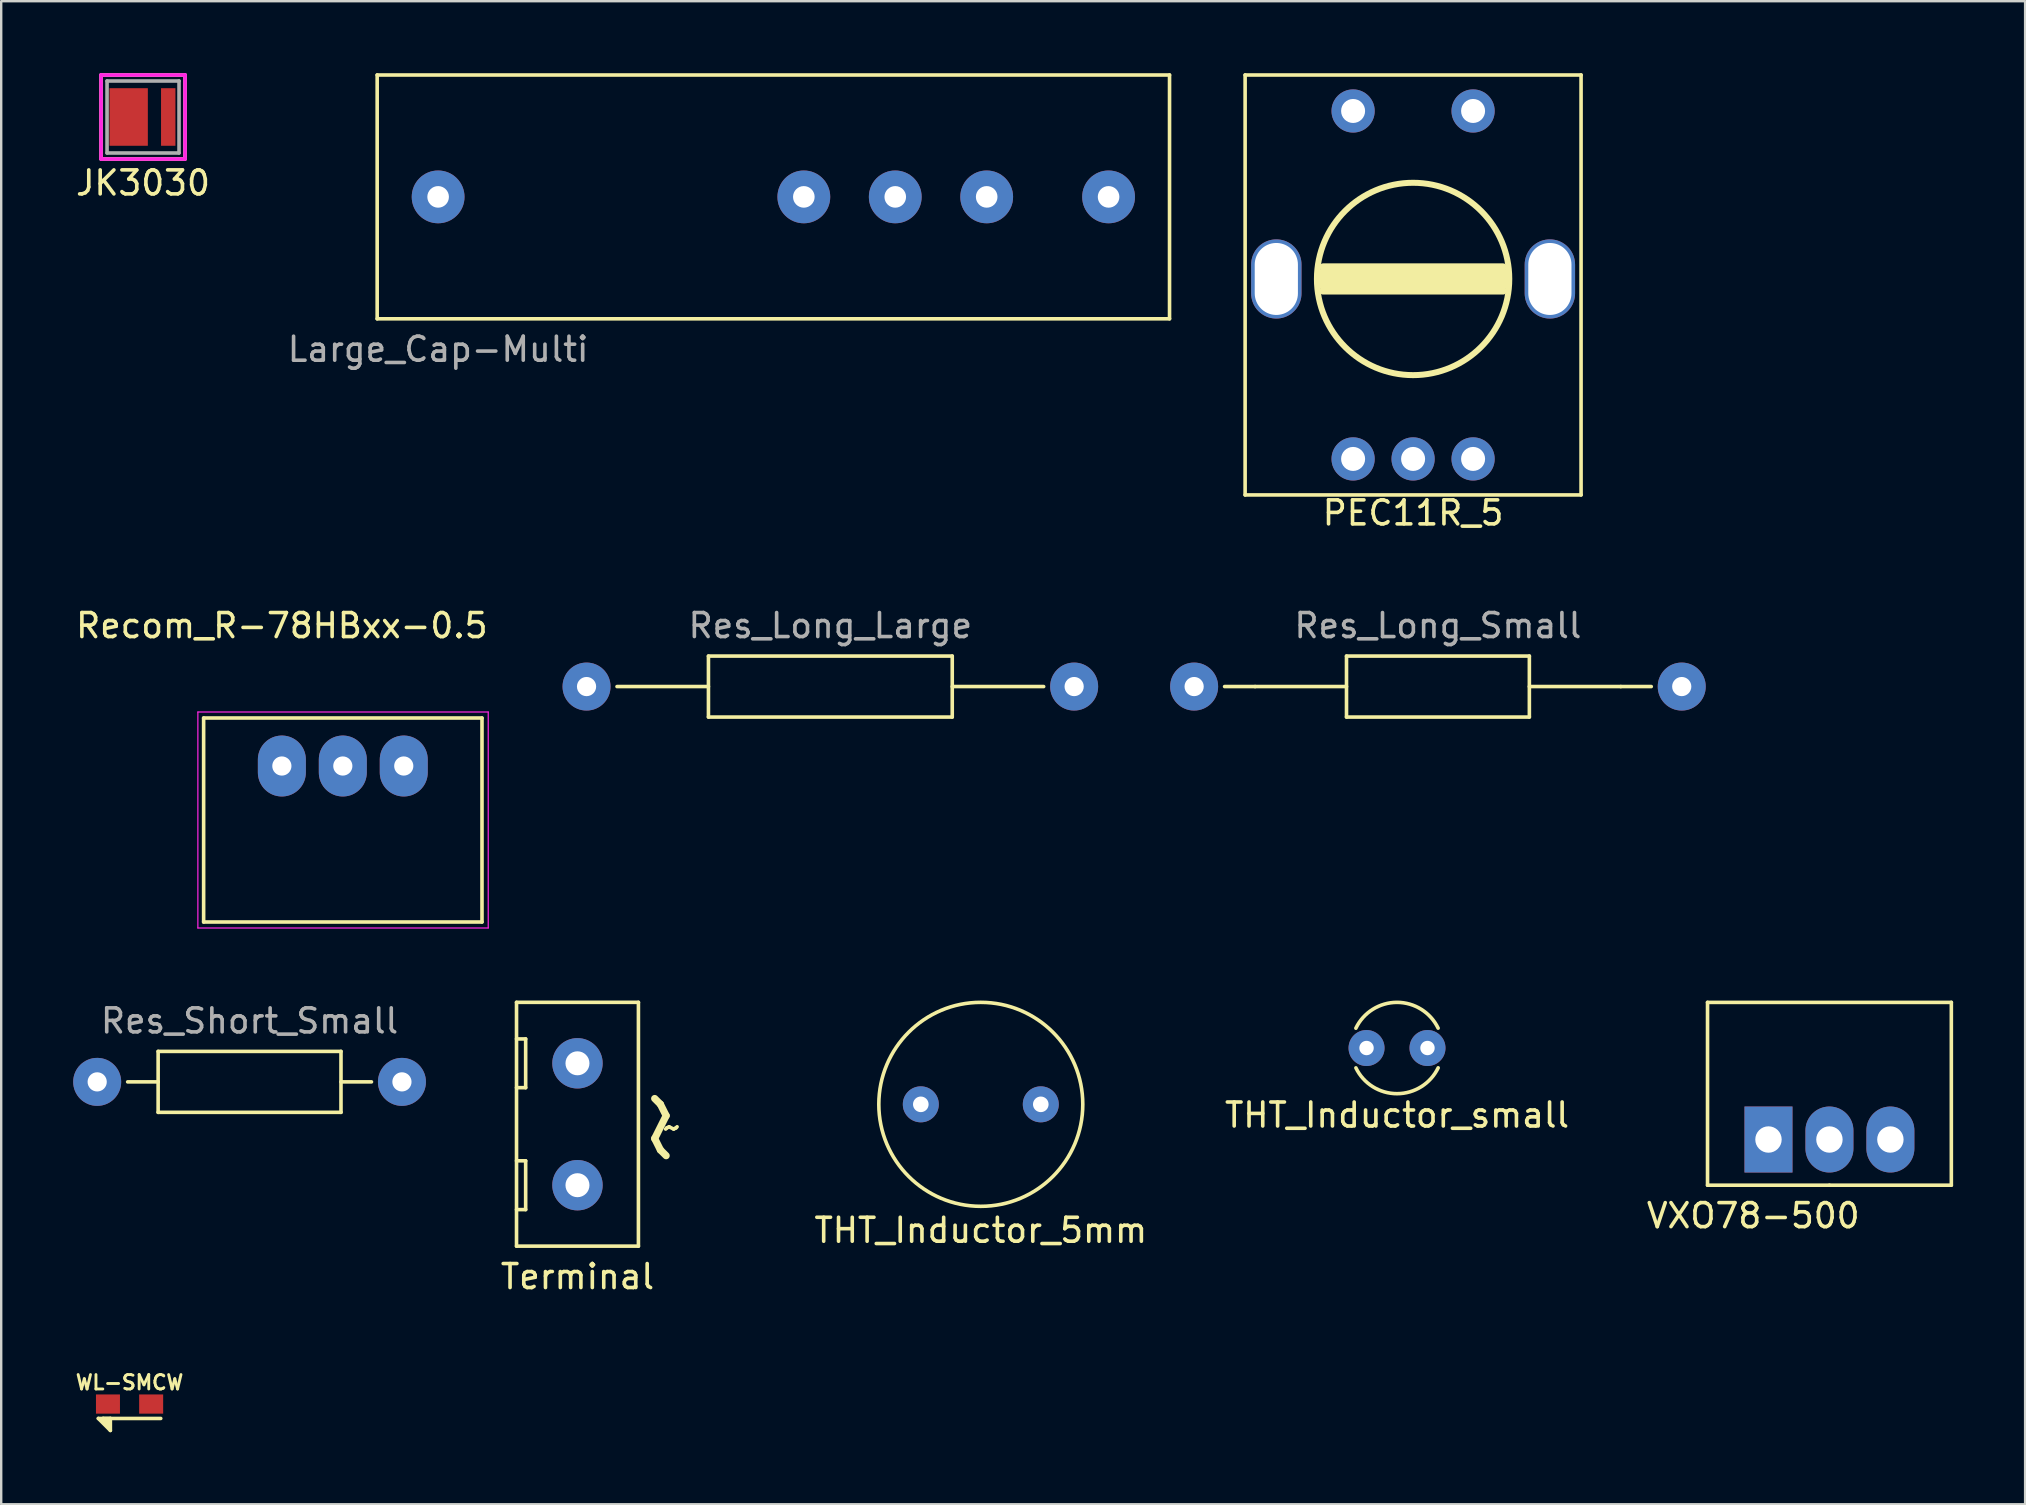
<source format=kicad_pcb>
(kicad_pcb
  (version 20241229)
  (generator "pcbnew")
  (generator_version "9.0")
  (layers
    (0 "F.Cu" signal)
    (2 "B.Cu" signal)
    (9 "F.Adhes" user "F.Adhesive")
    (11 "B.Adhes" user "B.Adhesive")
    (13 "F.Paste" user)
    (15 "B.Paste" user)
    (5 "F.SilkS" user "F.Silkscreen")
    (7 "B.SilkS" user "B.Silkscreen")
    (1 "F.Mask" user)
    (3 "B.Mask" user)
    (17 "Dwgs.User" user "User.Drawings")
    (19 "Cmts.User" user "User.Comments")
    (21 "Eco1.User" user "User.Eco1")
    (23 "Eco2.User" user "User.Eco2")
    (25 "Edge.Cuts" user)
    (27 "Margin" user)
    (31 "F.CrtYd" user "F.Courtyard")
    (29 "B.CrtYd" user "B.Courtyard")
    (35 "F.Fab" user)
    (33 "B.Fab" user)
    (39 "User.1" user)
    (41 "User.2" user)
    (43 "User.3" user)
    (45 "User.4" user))
  (footprint "JK3030"
    (layer "F.Cu")
    (at 2.911 1.825)
    (property "Reference" "JK3030" (at 0 2.75 0) (layer "F.SilkS") (effects (font (size 1 1) (thickness 0.15))))
    (attr through_hole)
    (fp_line (start -1.75 -1.75) (end 1.75 -1.75) (stroke (width 0.15) (type solid)) (layer "F.SilkS"))
    (fp_line (start -1.75 1.75) (end -1.75 -1.75) (stroke (width 0.15) (type solid)) (layer "F.SilkS"))
    (fp_line (start 1.75 -1.75) (end 1.75 1.75) (stroke (width 0.15) (type solid)) (layer "F.SilkS"))
    (fp_line (start 1.75 1.75) (end -1.75 1.75) (stroke (width 0.15) (type solid)) (layer "F.SilkS"))
    (fp_line (start -1.75 -1.75) (end 1.75 -1.75) (stroke (width 0.15) (type solid)) (layer "F.CrtYd"))
    (fp_line (start -1.75 1.75) (end -1.75 -1.75) (stroke (width 0.15) (type solid)) (layer "F.CrtYd"))
    (fp_line (start 1.75 -1.75) (end 1.75 1.75) (stroke (width 0.15) (type solid)) (layer "F.CrtYd"))
    (fp_line (start 1.75 1.75) (end -1.75 1.75) (stroke (width 0.15) (type solid)) (layer "F.CrtYd"))
    (fp_line (start -1.5 -1.5) (end 1.5 -1.5) (stroke (width 0.15) (type solid)) (layer "F.Fab"))
    (fp_line (start -1.5 1.5) (end -1.5 -1.5) (stroke (width 0.15) (type solid)) (layer "F.Fab"))
    (fp_line (start 1.5 -1.5) (end 1.5 1.5) (stroke (width 0.15) (type solid)) (layer "F.Fab"))
    (fp_line (start 1.5 1.5) (end -1.5 1.5) (stroke (width 0.15) (type solid)) (layer "F.Fab"))
    (pad "1" smd rect (at -0.6 0) (size 1.6 2.4) (layers "F.Cu" "F.Mask" "F.Paste"))
    (pad "2" smd rect (at 1.35 0) (size 0.6 2.4) (drill (offset -0.3 0)) (layers "F.Cu" "F.Mask" "F.Paste")))
  (footprint "Large_Cap-Multi"
    (layer "F.Cu")
    (at 30.448 2.615)
    (property "Reference" "Large_Cap-Multi" (at -15.24 8.89 0) (layer "F.Fab") (effects (font (size 1 1) (thickness 0.15))))
    (attr through_hole)
    (fp_line (start -17.78 -2.54) (end -17.78 7.62) (stroke (width 0.15) (type solid)) (layer "F.SilkS"))
    (fp_line (start 15.24 -2.54) (end -17.78 -2.54) (stroke (width 0.15) (type solid)) (layer "F.SilkS"))
    (fp_line (start 15.24 -2.54) (end 15.24 7.62) (stroke (width 0.15) (type solid)) (layer "F.SilkS"))
    (fp_line (start 15.24 7.62) (end -17.78 7.62) (stroke (width 0.15) (type solid)) (layer "F.SilkS"))
    (pad "1" thru_hole circle (at -15.24 2.54) (size 2.2 2.2) (drill 0.9) (layers "*.Cu" "*.Mask"))
    (pad "2" thru_hole circle (at 0 2.54) (size 2.2 2.2) (drill 0.9) (layers "*.Cu" "*.Mask"))
    (pad "2" thru_hole circle (at 3.81 2.54) (size 2.2 2.2) (drill 0.9) (layers "*.Cu" "*.Mask"))
    (pad "2" thru_hole circle (at 7.62 2.54) (size 2.2 2.2) (drill 0.9) (layers "*.Cu" "*.Mask"))
    (pad "2" thru_hole circle (at 12.7 2.54) (size 2.2 2.2) (drill 0.9) (layers "*.Cu" "*.Mask")))
  (footprint "Terminal"
    (layer "F.Cu")
    (at 21.015 43.801)
    (property "Reference" "Terminal" (at 0 6.35 0) (layer "F.SilkS") (effects (font (size 1 1) (thickness 0.15))))
    (attr through_hole)
    (fp_line (start -2.54 -5.08) (end 2.54 -5.08) (stroke (width 0.15) (type solid)) (layer "F.SilkS"))
    (fp_line (start -2.54 -3.556) (end -2.159 -3.556) (stroke (width 0.15) (type solid)) (layer "F.SilkS"))
    (fp_line (start -2.54 1.524) (end -2.159 1.524) (stroke (width 0.15) (type solid)) (layer "F.SilkS"))
    (fp_line (start -2.54 5.08) (end -2.54 -5.08) (stroke (width 0.15) (type solid)) (layer "F.SilkS"))
    (fp_line (start -2.159 -3.556) (end -2.159 -1.524) (stroke (width 0.15) (type solid)) (layer "F.SilkS"))
    (fp_line (start -2.159 -1.524) (end -2.54 -1.524) (stroke (width 0.15) (type solid)) (layer "F.SilkS"))
    (fp_line (start -2.159 1.524) (end -2.159 3.556) (stroke (width 0.15) (type solid)) (layer "F.SilkS"))
    (fp_line (start -2.159 3.556) (end -2.54 3.556) (stroke (width 0.15) (type solid)) (layer "F.SilkS"))
    (fp_line (start 2.54 -5.08) (end 2.54 5.08) (stroke (width 0.15) (type solid)) (layer "F.SilkS"))
    (fp_line (start 2.54 5.08) (end -2.54 5.08) (stroke (width 0.15) (type solid)) (layer "F.SilkS"))
    (fp_text user "~" (at 3.937 0.127 0) (layer "F.SilkS") (effects (font (size 1 1) (thickness 0.15))))
    (fp_text user "~" (at 3.302 0 90) (layer "F.SilkS") (effects (font (size 5 5) (thickness 0.3))))
    (pad "1" thru_hole circle (at 0 2.54) (size 2.1 2.1) (drill 1) (layers "*.Cu" "*.Mask"))
    (pad "2" thru_hole circle (at 0 -2.54) (size 2.1 2.1) (drill 1) (layers "*.Cu" "*.Mask")))
  (footprint "Res_Long_Large"
    (layer "F.Cu")
    (at 31.553 25.561)
    (property "Reference" "Res_Long_Large" (at 0 -2.54 0) (layer "F.Fab") (effects (font (size 1 1) (thickness 0.15))))
    (attr through_hole)
    (fp_line (start -5.08 -1.27) (end -5.08 1.27) (stroke (width 0.15) (type solid)) (layer "F.SilkS"))
    (fp_line (start -5.08 -1.27) (end 5.08 -1.27) (stroke (width 0.15) (type solid)) (layer "F.SilkS"))
    (fp_line (start -5.08 0) (end -8.89 0) (stroke (width 0.15) (type solid)) (layer "F.SilkS"))
    (fp_line (start 5.08 0) (end 8.89 0) (stroke (width 0.15) (type solid)) (layer "F.SilkS"))
    (fp_line (start 5.08 1.27) (end -5.08 1.27) (stroke (width 0.15) (type solid)) (layer "F.SilkS"))
    (fp_line (start 5.08 1.27) (end 5.08 -1.27) (stroke (width 0.15) (type solid)) (layer "F.SilkS"))
    (pad "1" thru_hole circle (at -10.16 0) (size 2 2) (drill 0.8) (layers "*.Cu" "*.Mask"))
    (pad "2" thru_hole circle (at 10.16 0) (size 2 2) (drill 0.8) (layers "*.Cu" "*.Mask")))
  (footprint "PEC11R_5"
    (layer "F.Cu")
    (at 55.838 8.575)
    (property "Reference" "PEC11R_5" (at 0 9.75 0) (layer "F.SilkS") (effects (font (size 1 1) (thickness 0.15))))
    (attr through_hole)
    (fp_line (start -7 -8.5) (end 7 -8.5) (stroke (width 0.15) (type solid)) (layer "F.SilkS"))
    (fp_line (start -7 9) (end -7 -8.5) (stroke (width 0.15) (type solid)) (layer "F.SilkS"))
    (fp_line (start -3.75 -0.5) (end 3.75 -0.5) (stroke (width 0.3) (type solid)) (layer "F.SilkS"))
    (fp_line (start -3.75 -0.25) (end 3.75 -0.25) (stroke (width 0.4) (type solid)) (layer "F.SilkS"))
    (fp_line (start -3.75 0) (end 3.75 0) (stroke (width 0.5) (type solid)) (layer "F.SilkS"))
    (fp_line (start 3.75 0.25) (end -3.75 0.25) (stroke (width 0.4) (type solid)) (layer "F.SilkS"))
    (fp_line (start 3.75 0.5) (end -3.75 0.5) (stroke (width 0.3) (type solid)) (layer "F.SilkS"))
    (fp_line (start 7 -8.5) (end 7 9) (stroke (width 0.15) (type solid)) (layer "F.SilkS"))
    (fp_line (start 7 9) (end -7 9) (stroke (width 0.15) (type solid)) (layer "F.SilkS"))
    (fp_circle (center 0 0) (end 4 0.25) (stroke (width 0.25) (type solid)) (fill no) (layer "F.SilkS"))
    (pad "" thru_hole oval (at -5.7 0) (size 2.1 3.3) (drill oval 1.8 3) (layers "*.Cu" "B.Mask"))
    (pad "" thru_hole oval (at 5.7 0) (size 2.1 3.3) (drill oval 1.8 3) (layers "*.Cu" "B.Mask"))
    (pad "1" thru_hole circle (at -2.5 7.5) (size 1.8 1.8) (drill 1) (layers "*.Cu" "*.Mask"))
    (pad "2" thru_hole circle (at 0 7.5) (size 1.8 1.8) (drill 1) (layers "*.Cu" "*.Mask"))
    (pad "3" thru_hole circle (at 2.5 7.5) (size 1.8 1.8) (drill 1) (layers "*.Cu" "*.Mask"))
    (pad "4" thru_hole circle (at -2.5 -7) (size 1.8 1.8) (drill 1) (layers "*.Cu" "*.Mask"))
    (pad "5" thru_hole circle (at 2.5 -7) (size 1.8 1.8) (drill 1) (layers "*.Cu" "*.Mask")))
  (footprint "Recom_R-78HBxx-0.5"
    (layer "F.Cu")
    (at 8.696 28.872)
    (property "Reference" "Recom_R-78HBxx-0.5" (at 0 -5.85 0) (layer "F.SilkS") (effects (font (size 1 1) (thickness 0.15))))
    (attr through_hole)
    (fp_line (start -3.26 -2) (end 8.34 -2) (stroke (width 0.15) (type solid)) (layer "F.SilkS"))
    (fp_line (start -3.26 6.5) (end -3.26 -2) (stroke (width 0.15) (type solid)) (layer "F.SilkS"))
    (fp_line (start 8.34 -2) (end 8.34 6.5) (stroke (width 0.15) (type solid)) (layer "F.SilkS"))
    (fp_line (start 8.34 6.5) (end -3.26 6.5) (stroke (width 0.15) (type solid)) (layer "F.SilkS"))
    (fp_line (start -3.5 -2.25) (end -3.5 6.75) (stroke (width 0.05) (type solid)) (layer "F.CrtYd"))
    (fp_line (start -3.5 -2.25) (end 8.6 -2.25) (stroke (width 0.05) (type solid)) (layer "F.CrtYd"))
    (fp_line (start -3.5 6.75) (end 8.6 6.75) (stroke (width 0.05) (type solid)) (layer "F.CrtYd"))
    (fp_line (start 8.6 -2.25) (end 8.6 6.75) (stroke (width 0.05) (type solid)) (layer "F.CrtYd"))
    (pad "1" thru_hole oval (at 5.08 0) (size 2 2.54) (drill 0.8) (layers "*.Cu" "*.Mask"))
    (pad "2" thru_hole oval (at 2.54 0) (size 2 2.54) (drill 0.8) (layers "*.Cu" "*.Mask"))
    (pad "3" thru_hole oval (at 0 0) (size 2 2.54) (drill 0.8) (layers "*.Cu" "*.Mask")))
  (footprint "WL-SMCW"
    (layer "F.Cu")
    (at 2.349 55.461)
    (property "Reference" "WL-SMCW" (at 0 -0.9 0) (layer "F.SilkS") (effects (font (size 0.6 0.6) (thickness 0.12))))
    (attr through_hole)
    (fp_line (start -1.3 0.6) (end -0.8 1.1) (stroke (width 0.15) (type solid)) (layer "F.SilkS"))
    (fp_line (start -1.1 0.6) (end -1.1 0.7) (stroke (width 0.15) (type solid)) (layer "F.SilkS"))
    (fp_line (start -1.1 0.7) (end -0.9 0.7) (stroke (width 0.15) (type solid)) (layer "F.SilkS"))
    (fp_line (start -1 0.8) (end -0.9 0.9) (stroke (width 0.15) (type solid)) (layer "F.SilkS"))
    (fp_line (start -0.9 0.7) (end -0.9 0.8) (stroke (width 0.15) (type solid)) (layer "F.SilkS"))
    (fp_line (start -0.9 0.8) (end -1 0.8) (stroke (width 0.15) (type solid)) (layer "F.SilkS"))
    (fp_line (start -0.8 0.6) (end -1.1 0.6) (stroke (width 0.15) (type solid)) (layer "F.SilkS"))
    (fp_line (start -0.8 1.1) (end -0.8 0.6) (stroke (width 0.15) (type solid)) (layer "F.SilkS"))
    (fp_line (start 1.3 0.6) (end -1.3 0.6) (stroke (width 0.15) (type solid)) (layer "F.SilkS"))
    (pad "1" smd rect (at -0.9 0) (size 1 0.8) (layers "F.Cu" "F.Mask" "F.Paste"))
    (pad "2" smd rect (at 0.9 0) (size 1 0.8) (layers "F.Cu" "F.Mask" "F.Paste")))
  (footprint "Res_Long_Small"
    (layer "F.Cu")
    (at 56.873 25.561)
    (property "Reference" "Res_Long_Small" (at 0 -2.54 0) (layer "F.Fab") (effects (font (size 1 1) (thickness 0.15))))
    (attr through_hole)
    (fp_line (start -7.62 0) (end -8.89 0) (stroke (width 0.15) (type solid)) (layer "F.SilkS"))
    (fp_line (start -3.81 -1.27) (end -3.81 1.27) (stroke (width 0.15) (type solid)) (layer "F.SilkS"))
    (fp_line (start -3.81 0) (end -7.62 0) (stroke (width 0.15) (type solid)) (layer "F.SilkS"))
    (fp_line (start -3.81 1.27) (end 3.81 1.27) (stroke (width 0.15) (type solid)) (layer "F.SilkS"))
    (fp_line (start 3.81 -1.27) (end -3.81 -1.27) (stroke (width 0.15) (type solid)) (layer "F.SilkS"))
    (fp_line (start 3.81 0) (end 7.62 0) (stroke (width 0.15) (type solid)) (layer "F.SilkS"))
    (fp_line (start 3.81 1.27) (end 3.81 -1.27) (stroke (width 0.15) (type solid)) (layer "F.SilkS"))
    (fp_line (start 7.62 0) (end 8.89 0) (stroke (width 0.15) (type solid)) (layer "F.SilkS"))
    (pad "1" thru_hole circle (at -10.16 0) (size 2 2) (drill 0.8) (layers "*.Cu" "*.Mask"))
    (pad "2" thru_hole circle (at 10.16 0) (size 2 2) (drill 0.8) (layers "*.Cu" "*.Mask")))
  (footprint "Res_Short_Small"
    (layer "F.Cu")
    (at 7.35 42.035)
    (property "Reference" "Res_Short_Small" (at 0 -2.54 0) (layer "F.Fab") (effects (font (size 1 1) (thickness 0.15))))
    (attr through_hole)
    (fp_line (start -3.81 -1.27) (end -3.81 1.27) (stroke (width 0.15) (type solid)) (layer "F.SilkS"))
    (fp_line (start -3.81 0) (end -5.08 0) (stroke (width 0.15) (type solid)) (layer "F.SilkS"))
    (fp_line (start -3.81 1.27) (end 3.81 1.27) (stroke (width 0.15) (type solid)) (layer "F.SilkS"))
    (fp_line (start 3.81 -1.27) (end -3.81 -1.27) (stroke (width 0.15) (type solid)) (layer "F.SilkS"))
    (fp_line (start 3.81 0) (end 5.08 0) (stroke (width 0.15) (type solid)) (layer "F.SilkS"))
    (fp_line (start 3.81 1.27) (end 3.81 -1.27) (stroke (width 0.15) (type solid)) (layer "F.SilkS"))
    (pad "1" thru_hole circle (at -6.35 0) (size 2 2) (drill 0.8) (layers "*.Cu" "*.Mask"))
    (pad "2" thru_hole circle (at 6.35 0) (size 2 2) (drill 0.8) (layers "*.Cu" "*.Mask")))
  (footprint "VXO78-500"
    (layer "F.Cu")
    (at 73.188 41.897)
    (property "Reference" "VXO78-500" (at -3.175 5.715 0) (layer "F.SilkS") (effects (font (size 1 1) (thickness 0.15))))
    (attr through_hole)
    (fp_line (start -5.08 -3.175) (end -5.08 4.445) (stroke (width 0.15) (type solid)) (layer "F.SilkS"))
    (fp_line (start -5.08 4.445) (end 0 4.445) (stroke (width 0.15) (type solid)) (layer "F.SilkS"))
    (fp_line (start 0 4.445) (end 5.08 4.445) (stroke (width 0.15) (type solid)) (layer "F.SilkS"))
    (fp_line (start 5.08 -3.175) (end -5.08 -3.175) (stroke (width 0.15) (type solid)) (layer "F.SilkS"))
    (fp_line (start 5.08 4.445) (end 5.08 -3.175) (stroke (width 0.15) (type solid)) (layer "F.SilkS"))
    (pad "1" thru_hole rect (at -2.54 2.54) (size 2 2.75) (drill 1.1) (layers "*.Cu" "*.Mask"))
    (pad "2" thru_hole oval (at 0 2.54) (size 2 2.75) (drill 1.1) (layers "*.Cu" "*.Mask"))
    (pad "3" thru_hole oval (at 2.54 2.54) (size 2 2.75) (drill 1.1) (layers "*.Cu" "*.Mask")))
  (footprint "THT_Inductor_5mm"
    (layer "F.Cu")
    (at 37.823 42.971)
    (property "Reference" "THT_Inductor_5mm" (at 0 5.25 0) (layer "F.SilkS") (effects (font (size 1 1) (thickness 0.15))))
    (attr through_hole)
    (fp_circle (center 0 0) (end 4.25 0) (stroke (width 0.15) (type solid)) (fill no) (layer "F.SilkS"))
    (pad "1" thru_hole circle (at -2.5 0) (size 1.5 1.5) (drill 0.65) (layers "*.Cu" "*.Mask"))
    (pad "2" thru_hole circle (at 2.5 0) (size 1.5 1.5) (drill 0.65) (layers "*.Cu" "*.Mask")))
  (footprint "THT_Inductor_small"
    (layer "F.Cu")
    (at 55.168 40.624)
    (property "Reference" "THT_Inductor_small" (at 0 2.794 0) (layer "F.SilkS") (effects (font (size 1 1) (thickness 0.15))))
    (attr through_hole)
    (fp_arc (start -1.7145 -0.8255) (mid -0.00133 -1.902882) (end 1.713344 -0.827896) (stroke (width 0.15) (type solid)) (layer "F.SilkS"))
    (fp_arc (start 1.7145 0.8255) (mid 0.00133 1.902882) (end -1.713344 0.827896) (stroke (width 0.15) (type solid)) (layer "F.SilkS"))
    (pad "1" thru_hole circle (at -1.27 0) (size 1.5 1.5) (drill 0.6) (layers "*.Cu" "*.Mask"))
    (pad "2" thru_hole circle (at 1.27 0) (size 1.5 1.5) (drill 0.6) (layers "*.Cu" "*.Mask")))
  (gr_rect
    (start -3 -3)
    (end 81.343 59.636)
    (stroke (width 0.1) (type default))
    (fill no)
    (layer "Edge.Cuts")))
</source>
